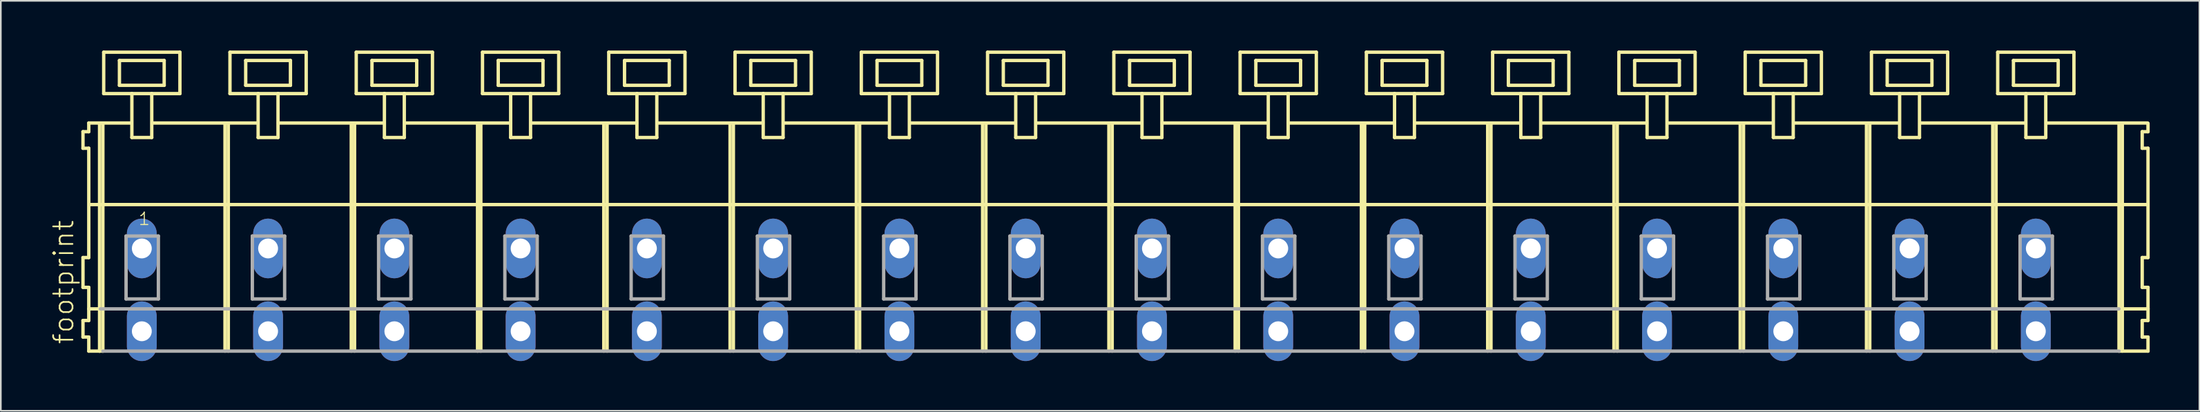
<source format=kicad_pcb>
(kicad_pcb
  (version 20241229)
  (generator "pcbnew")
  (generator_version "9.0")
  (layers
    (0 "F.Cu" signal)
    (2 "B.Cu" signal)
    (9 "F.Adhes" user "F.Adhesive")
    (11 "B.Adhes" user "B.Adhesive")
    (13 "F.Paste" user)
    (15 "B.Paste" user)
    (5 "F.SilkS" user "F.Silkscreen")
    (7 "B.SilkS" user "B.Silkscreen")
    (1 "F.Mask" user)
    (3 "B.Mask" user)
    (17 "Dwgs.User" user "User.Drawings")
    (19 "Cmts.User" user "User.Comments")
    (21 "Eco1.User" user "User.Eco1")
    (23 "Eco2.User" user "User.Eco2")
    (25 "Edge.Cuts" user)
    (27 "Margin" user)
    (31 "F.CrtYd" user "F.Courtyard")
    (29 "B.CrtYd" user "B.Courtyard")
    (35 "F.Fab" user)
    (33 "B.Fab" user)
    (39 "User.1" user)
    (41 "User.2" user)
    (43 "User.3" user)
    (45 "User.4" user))
  (footprint "footprint"
    (layer "F.Cu")
    (at 63.928 11.952)
    (property "Reference" "footprint" (at -62.455 5.855 90) (layer "F.SilkS") (effects (font (size 1.168 1.168) (thickness 0.102)) (justify left bottom)))
    (fp_line (start -61.97 -7.05) (end -61.97 -6.05) (stroke (width 0.203) (type solid)) (layer "F.SilkS"))
    (fp_line (start -61.97 -6.05) (end -61.62 -6.05) (stroke (width 0.203) (type solid)) (layer "F.SilkS"))
    (fp_line (start -61.97 0.55) (end -61.97 2.35) (stroke (width 0.203) (type solid)) (layer "F.SilkS"))
    (fp_line (start -61.97 2.35) (end -61.62 2.35) (stroke (width 0.203) (type solid)) (layer "F.SilkS"))
    (fp_line (start -61.97 4.35) (end -61.97 5.35) (stroke (width 0.203) (type solid)) (layer "F.SilkS"))
    (fp_line (start -61.97 5.35) (end -61.62 5.35) (stroke (width 0.203) (type solid)) (layer "F.SilkS"))
    (fp_line (start -61.62 -7.575) (end -61.62 -7.05) (stroke (width 0.203) (type solid)) (layer "F.SilkS"))
    (fp_line (start -61.62 -7.575) (end -59.045 -7.575) (stroke (width 0.203) (type solid)) (layer "F.SilkS"))
    (fp_line (start -61.62 -7.05) (end -61.97 -7.05) (stroke (width 0.203) (type solid)) (layer "F.SilkS"))
    (fp_line (start -61.62 -6.05) (end -61.62 0.55) (stroke (width 0.203) (type solid)) (layer "F.SilkS"))
    (fp_line (start -61.62 0.55) (end -61.97 0.55) (stroke (width 0.203) (type solid)) (layer "F.SilkS"))
    (fp_line (start -61.62 2.35) (end -61.62 4.35) (stroke (width 0.203) (type solid)) (layer "F.SilkS"))
    (fp_line (start -61.62 3.65) (end -60.92 3.65) (stroke (width 0.203) (type solid)) (layer "F.SilkS"))
    (fp_line (start -61.62 4.35) (end -61.97 4.35) (stroke (width 0.203) (type solid)) (layer "F.SilkS"))
    (fp_line (start -61.62 5.35) (end -61.62 6.2) (stroke (width 0.203) (type solid)) (layer "F.SilkS"))
    (fp_line (start -61.62 6.2) (end -60.97 6.2) (stroke (width 0.203) (type solid)) (layer "F.SilkS"))
    (fp_line (start -61.57 -2.65) (end 62.6 -2.65) (stroke (width 0.203) (type solid)) (layer "F.SilkS"))
    (fp_line (start -60.97 -7.55) (end -60.97 6.2) (stroke (width 0.203) (type solid)) (layer "F.SilkS"))
    (fp_line (start -60.97 6.2) (end -60.77 6.2) (stroke (width 0.203) (type solid)) (layer "F.SilkS"))
    (fp_line (start -60.77 -7.55) (end -60.77 6.2) (stroke (width 0.203) (type solid)) (layer "F.SilkS"))
    (fp_line (start -60.72 -11.85) (end -60.72 -9.35) (stroke (width 0.203) (type solid)) (layer "F.SilkS"))
    (fp_line (start -60.72 -9.35) (end -59.02 -9.35) (stroke (width 0.203) (type solid)) (layer "F.SilkS"))
    (fp_line (start -59.77 -11.35) (end -59.77 -9.85) (stroke (width 0.203) (type solid)) (layer "F.SilkS"))
    (fp_line (start -59.77 -9.85) (end -57.07 -9.85) (stroke (width 0.203) (type solid)) (layer "F.SilkS"))
    (fp_line (start -59.02 -9.35) (end -59.02 -6.7) (stroke (width 0.203) (type solid)) (layer "F.SilkS"))
    (fp_line (start -59.02 -9.35) (end -57.82 -9.35) (stroke (width 0.203) (type solid)) (layer "F.SilkS"))
    (fp_line (start -59.02 -6.7) (end -57.82 -6.7) (stroke (width 0.203) (type solid)) (layer "F.SilkS"))
    (fp_line (start -57.82 -9.35) (end -56.12 -9.35) (stroke (width 0.203) (type solid)) (layer "F.SilkS"))
    (fp_line (start -57.82 -6.7) (end -57.82 -9.35) (stroke (width 0.203) (type solid)) (layer "F.SilkS"))
    (fp_line (start -57.795 -7.575) (end -51.421 -7.575) (stroke (width 0.203) (type solid)) (layer "F.SilkS"))
    (fp_line (start -57.07 -11.35) (end -59.77 -11.35) (stroke (width 0.203) (type solid)) (layer "F.SilkS"))
    (fp_line (start -57.07 -9.85) (end -57.07 -11.35) (stroke (width 0.203) (type solid)) (layer "F.SilkS"))
    (fp_line (start -56.12 -11.85) (end -60.72 -11.85) (stroke (width 0.203) (type solid)) (layer "F.SilkS"))
    (fp_line (start -56.12 -9.35) (end -56.12 -11.85) (stroke (width 0.203) (type solid)) (layer "F.SilkS"))
    (fp_line (start -53.4 -7.55) (end -53.4 6.2) (stroke (width 0.203) (type solid)) (layer "F.SilkS"))
    (fp_line (start -53.2 -7.55) (end -53.2 6.2) (stroke (width 0.203) (type solid)) (layer "F.SilkS"))
    (fp_line (start -53.1 -11.85) (end -53.1 -9.35) (stroke (width 0.203) (type solid)) (layer "F.SilkS"))
    (fp_line (start -53.1 -9.35) (end -51.4 -9.35) (stroke (width 0.203) (type solid)) (layer "F.SilkS"))
    (fp_line (start -52.15 -11.35) (end -52.15 -9.85) (stroke (width 0.203) (type solid)) (layer "F.SilkS"))
    (fp_line (start -52.15 -9.85) (end -49.45 -9.85) (stroke (width 0.203) (type solid)) (layer "F.SilkS"))
    (fp_line (start -51.4 -9.35) (end -51.4 -6.7) (stroke (width 0.203) (type solid)) (layer "F.SilkS"))
    (fp_line (start -51.4 -9.35) (end -50.2 -9.35) (stroke (width 0.203) (type solid)) (layer "F.SilkS"))
    (fp_line (start -51.4 -6.7) (end -50.2 -6.7) (stroke (width 0.203) (type solid)) (layer "F.SilkS"))
    (fp_line (start -50.2 -9.35) (end -48.5 -9.35) (stroke (width 0.203) (type solid)) (layer "F.SilkS"))
    (fp_line (start -50.2 -6.7) (end -50.2 -9.35) (stroke (width 0.203) (type solid)) (layer "F.SilkS"))
    (fp_line (start -50.175 -7.575) (end -43.801 -7.575) (stroke (width 0.203) (type solid)) (layer "F.SilkS"))
    (fp_line (start -49.45 -11.35) (end -52.15 -11.35) (stroke (width 0.203) (type solid)) (layer "F.SilkS"))
    (fp_line (start -49.45 -9.85) (end -49.45 -11.35) (stroke (width 0.203) (type solid)) (layer "F.SilkS"))
    (fp_line (start -48.5 -11.85) (end -53.1 -11.85) (stroke (width 0.203) (type solid)) (layer "F.SilkS"))
    (fp_line (start -48.5 -9.35) (end -48.5 -11.85) (stroke (width 0.203) (type solid)) (layer "F.SilkS"))
    (fp_line (start -45.78 -7.55) (end -45.78 6.2) (stroke (width 0.203) (type solid)) (layer "F.SilkS"))
    (fp_line (start -45.58 -7.55) (end -45.58 6.2) (stroke (width 0.203) (type solid)) (layer "F.SilkS"))
    (fp_line (start -45.48 -11.85) (end -45.48 -9.35) (stroke (width 0.203) (type solid)) (layer "F.SilkS"))
    (fp_line (start -45.48 -9.35) (end -43.78 -9.35) (stroke (width 0.203) (type solid)) (layer "F.SilkS"))
    (fp_line (start -44.53 -11.35) (end -44.53 -9.85) (stroke (width 0.203) (type solid)) (layer "F.SilkS"))
    (fp_line (start -44.53 -9.85) (end -41.83 -9.85) (stroke (width 0.203) (type solid)) (layer "F.SilkS"))
    (fp_line (start -43.78 -9.35) (end -43.78 -6.7) (stroke (width 0.203) (type solid)) (layer "F.SilkS"))
    (fp_line (start -43.78 -9.35) (end -42.58 -9.35) (stroke (width 0.203) (type solid)) (layer "F.SilkS"))
    (fp_line (start -43.78 -6.7) (end -42.58 -6.7) (stroke (width 0.203) (type solid)) (layer "F.SilkS"))
    (fp_line (start -42.58 -9.35) (end -40.88 -9.35) (stroke (width 0.203) (type solid)) (layer "F.SilkS"))
    (fp_line (start -42.58 -6.7) (end -42.58 -9.35) (stroke (width 0.203) (type solid)) (layer "F.SilkS"))
    (fp_line (start -42.555 -7.575) (end -36.181 -7.575) (stroke (width 0.203) (type solid)) (layer "F.SilkS"))
    (fp_line (start -41.83 -11.35) (end -44.53 -11.35) (stroke (width 0.203) (type solid)) (layer "F.SilkS"))
    (fp_line (start -41.83 -9.85) (end -41.83 -11.35) (stroke (width 0.203) (type solid)) (layer "F.SilkS"))
    (fp_line (start -40.88 -11.85) (end -45.48 -11.85) (stroke (width 0.203) (type solid)) (layer "F.SilkS"))
    (fp_line (start -40.88 -9.35) (end -40.88 -11.85) (stroke (width 0.203) (type solid)) (layer "F.SilkS"))
    (fp_line (start -38.16 -7.55) (end -38.16 6.2) (stroke (width 0.203) (type solid)) (layer "F.SilkS"))
    (fp_line (start -37.96 -7.55) (end -37.96 6.2) (stroke (width 0.203) (type solid)) (layer "F.SilkS"))
    (fp_line (start -37.86 -11.85) (end -37.86 -9.35) (stroke (width 0.203) (type solid)) (layer "F.SilkS"))
    (fp_line (start -37.86 -9.35) (end -36.16 -9.35) (stroke (width 0.203) (type solid)) (layer "F.SilkS"))
    (fp_line (start -36.91 -11.35) (end -36.91 -9.85) (stroke (width 0.203) (type solid)) (layer "F.SilkS"))
    (fp_line (start -36.91 -9.85) (end -34.21 -9.85) (stroke (width 0.203) (type solid)) (layer "F.SilkS"))
    (fp_line (start -36.16 -9.35) (end -36.16 -6.7) (stroke (width 0.203) (type solid)) (layer "F.SilkS"))
    (fp_line (start -36.16 -9.35) (end -34.96 -9.35) (stroke (width 0.203) (type solid)) (layer "F.SilkS"))
    (fp_line (start -36.16 -6.7) (end -34.96 -6.7) (stroke (width 0.203) (type solid)) (layer "F.SilkS"))
    (fp_line (start -34.96 -9.35) (end -33.26 -9.35) (stroke (width 0.203) (type solid)) (layer "F.SilkS"))
    (fp_line (start -34.96 -6.7) (end -34.96 -9.35) (stroke (width 0.203) (type solid)) (layer "F.SilkS"))
    (fp_line (start -34.935 -7.575) (end -28.561 -7.575) (stroke (width 0.203) (type solid)) (layer "F.SilkS"))
    (fp_line (start -34.21 -11.35) (end -36.91 -11.35) (stroke (width 0.203) (type solid)) (layer "F.SilkS"))
    (fp_line (start -34.21 -9.85) (end -34.21 -11.35) (stroke (width 0.203) (type solid)) (layer "F.SilkS"))
    (fp_line (start -33.26 -11.85) (end -37.86 -11.85) (stroke (width 0.203) (type solid)) (layer "F.SilkS"))
    (fp_line (start -33.26 -9.35) (end -33.26 -11.85) (stroke (width 0.203) (type solid)) (layer "F.SilkS"))
    (fp_line (start -30.54 -7.55) (end -30.54 6.2) (stroke (width 0.203) (type solid)) (layer "F.SilkS"))
    (fp_line (start -30.34 -7.55) (end -30.34 6.2) (stroke (width 0.203) (type solid)) (layer "F.SilkS"))
    (fp_line (start -30.24 -11.85) (end -30.24 -9.35) (stroke (width 0.203) (type solid)) (layer "F.SilkS"))
    (fp_line (start -30.24 -9.35) (end -28.54 -9.35) (stroke (width 0.203) (type solid)) (layer "F.SilkS"))
    (fp_line (start -29.29 -11.35) (end -29.29 -9.85) (stroke (width 0.203) (type solid)) (layer "F.SilkS"))
    (fp_line (start -29.29 -9.85) (end -26.59 -9.85) (stroke (width 0.203) (type solid)) (layer "F.SilkS"))
    (fp_line (start -28.54 -9.35) (end -28.54 -6.7) (stroke (width 0.203) (type solid)) (layer "F.SilkS"))
    (fp_line (start -28.54 -9.35) (end -27.34 -9.35) (stroke (width 0.203) (type solid)) (layer "F.SilkS"))
    (fp_line (start -28.54 -6.7) (end -27.34 -6.7) (stroke (width 0.203) (type solid)) (layer "F.SilkS"))
    (fp_line (start -27.34 -9.35) (end -25.64 -9.35) (stroke (width 0.203) (type solid)) (layer "F.SilkS"))
    (fp_line (start -27.34 -6.7) (end -27.34 -9.35) (stroke (width 0.203) (type solid)) (layer "F.SilkS"))
    (fp_line (start -27.315 -7.575) (end -20.941 -7.575) (stroke (width 0.203) (type solid)) (layer "F.SilkS"))
    (fp_line (start -26.59 -11.35) (end -29.29 -11.35) (stroke (width 0.203) (type solid)) (layer "F.SilkS"))
    (fp_line (start -26.59 -9.85) (end -26.59 -11.35) (stroke (width 0.203) (type solid)) (layer "F.SilkS"))
    (fp_line (start -25.64 -11.85) (end -30.24 -11.85) (stroke (width 0.203) (type solid)) (layer "F.SilkS"))
    (fp_line (start -25.64 -9.35) (end -25.64 -11.85) (stroke (width 0.203) (type solid)) (layer "F.SilkS"))
    (fp_line (start -22.92 -7.55) (end -22.92 6.2) (stroke (width 0.203) (type solid)) (layer "F.SilkS"))
    (fp_line (start -22.72 -7.55) (end -22.72 6.2) (stroke (width 0.203) (type solid)) (layer "F.SilkS"))
    (fp_line (start -22.62 -11.85) (end -22.62 -9.35) (stroke (width 0.203) (type solid)) (layer "F.SilkS"))
    (fp_line (start -22.62 -9.35) (end -20.92 -9.35) (stroke (width 0.203) (type solid)) (layer "F.SilkS"))
    (fp_line (start -21.67 -11.35) (end -21.67 -9.85) (stroke (width 0.203) (type solid)) (layer "F.SilkS"))
    (fp_line (start -21.67 -9.85) (end -18.97 -9.85) (stroke (width 0.203) (type solid)) (layer "F.SilkS"))
    (fp_line (start -20.92 -9.35) (end -20.92 -6.7) (stroke (width 0.203) (type solid)) (layer "F.SilkS"))
    (fp_line (start -20.92 -9.35) (end -19.72 -9.35) (stroke (width 0.203) (type solid)) (layer "F.SilkS"))
    (fp_line (start -20.92 -6.7) (end -19.72 -6.7) (stroke (width 0.203) (type solid)) (layer "F.SilkS"))
    (fp_line (start -19.72 -9.35) (end -18.02 -9.35) (stroke (width 0.203) (type solid)) (layer "F.SilkS"))
    (fp_line (start -19.72 -6.7) (end -19.72 -9.35) (stroke (width 0.203) (type solid)) (layer "F.SilkS"))
    (fp_line (start -19.695 -7.575) (end -13.321 -7.575) (stroke (width 0.203) (type solid)) (layer "F.SilkS"))
    (fp_line (start -18.97 -11.35) (end -21.67 -11.35) (stroke (width 0.203) (type solid)) (layer "F.SilkS"))
    (fp_line (start -18.97 -9.85) (end -18.97 -11.35) (stroke (width 0.203) (type solid)) (layer "F.SilkS"))
    (fp_line (start -18.02 -11.85) (end -22.62 -11.85) (stroke (width 0.203) (type solid)) (layer "F.SilkS"))
    (fp_line (start -18.02 -9.35) (end -18.02 -11.85) (stroke (width 0.203) (type solid)) (layer "F.SilkS"))
    (fp_line (start -15.3 -7.55) (end -15.3 6.2) (stroke (width 0.203) (type solid)) (layer "F.SilkS"))
    (fp_line (start -15.1 -7.55) (end -15.1 6.2) (stroke (width 0.203) (type solid)) (layer "F.SilkS"))
    (fp_line (start -15 -11.85) (end -15 -9.35) (stroke (width 0.203) (type solid)) (layer "F.SilkS"))
    (fp_line (start -15 -9.35) (end -13.3 -9.35) (stroke (width 0.203) (type solid)) (layer "F.SilkS"))
    (fp_line (start -14.05 -11.35) (end -14.05 -9.85) (stroke (width 0.203) (type solid)) (layer "F.SilkS"))
    (fp_line (start -14.05 -9.85) (end -11.35 -9.85) (stroke (width 0.203) (type solid)) (layer "F.SilkS"))
    (fp_line (start -13.3 -9.35) (end -13.3 -6.7) (stroke (width 0.203) (type solid)) (layer "F.SilkS"))
    (fp_line (start -13.3 -9.35) (end -12.1 -9.35) (stroke (width 0.203) (type solid)) (layer "F.SilkS"))
    (fp_line (start -13.3 -6.7) (end -12.1 -6.7) (stroke (width 0.203) (type solid)) (layer "F.SilkS"))
    (fp_line (start -12.1 -9.35) (end -10.4 -9.35) (stroke (width 0.203) (type solid)) (layer "F.SilkS"))
    (fp_line (start -12.1 -6.7) (end -12.1 -9.35) (stroke (width 0.203) (type solid)) (layer "F.SilkS"))
    (fp_line (start -12.075 -7.575) (end -5.701 -7.575) (stroke (width 0.203) (type solid)) (layer "F.SilkS"))
    (fp_line (start -11.35 -11.35) (end -14.05 -11.35) (stroke (width 0.203) (type solid)) (layer "F.SilkS"))
    (fp_line (start -11.35 -9.85) (end -11.35 -11.35) (stroke (width 0.203) (type solid)) (layer "F.SilkS"))
    (fp_line (start -10.4 -11.85) (end -15 -11.85) (stroke (width 0.203) (type solid)) (layer "F.SilkS"))
    (fp_line (start -10.4 -9.35) (end -10.4 -11.85) (stroke (width 0.203) (type solid)) (layer "F.SilkS"))
    (fp_line (start -7.68 -7.55) (end -7.68 6.2) (stroke (width 0.203) (type solid)) (layer "F.SilkS"))
    (fp_line (start -7.48 -7.55) (end -7.48 6.2) (stroke (width 0.203) (type solid)) (layer "F.SilkS"))
    (fp_line (start -7.38 -11.85) (end -7.38 -9.35) (stroke (width 0.203) (type solid)) (layer "F.SilkS"))
    (fp_line (start -7.38 -9.35) (end -5.68 -9.35) (stroke (width 0.203) (type solid)) (layer "F.SilkS"))
    (fp_line (start -6.43 -11.35) (end -6.43 -9.85) (stroke (width 0.203) (type solid)) (layer "F.SilkS"))
    (fp_line (start -6.43 -9.85) (end -3.73 -9.85) (stroke (width 0.203) (type solid)) (layer "F.SilkS"))
    (fp_line (start -5.68 -9.35) (end -5.68 -6.7) (stroke (width 0.203) (type solid)) (layer "F.SilkS"))
    (fp_line (start -5.68 -9.35) (end -4.48 -9.35) (stroke (width 0.203) (type solid)) (layer "F.SilkS"))
    (fp_line (start -5.68 -6.7) (end -4.48 -6.7) (stroke (width 0.203) (type solid)) (layer "F.SilkS"))
    (fp_line (start -4.48 -9.35) (end -2.78 -9.35) (stroke (width 0.203) (type solid)) (layer "F.SilkS"))
    (fp_line (start -4.48 -6.7) (end -4.48 -9.35) (stroke (width 0.203) (type solid)) (layer "F.SilkS"))
    (fp_line (start -4.455 -7.575) (end 1.919 -7.575) (stroke (width 0.203) (type solid)) (layer "F.SilkS"))
    (fp_line (start -3.73 -11.35) (end -6.43 -11.35) (stroke (width 0.203) (type solid)) (layer "F.SilkS"))
    (fp_line (start -3.73 -9.85) (end -3.73 -11.35) (stroke (width 0.203) (type solid)) (layer "F.SilkS"))
    (fp_line (start -2.78 -11.85) (end -7.38 -11.85) (stroke (width 0.203) (type solid)) (layer "F.SilkS"))
    (fp_line (start -2.78 -9.35) (end -2.78 -11.85) (stroke (width 0.203) (type solid)) (layer "F.SilkS"))
    (fp_line (start -0.06 -7.55) (end -0.06 6.2) (stroke (width 0.203) (type solid)) (layer "F.SilkS"))
    (fp_line (start 0.14 -7.55) (end 0.14 6.2) (stroke (width 0.203) (type solid)) (layer "F.SilkS"))
    (fp_line (start 0.24 -11.85) (end 0.24 -9.35) (stroke (width 0.203) (type solid)) (layer "F.SilkS"))
    (fp_line (start 0.24 -9.35) (end 1.94 -9.35) (stroke (width 0.203) (type solid)) (layer "F.SilkS"))
    (fp_line (start 1.19 -11.35) (end 1.19 -9.85) (stroke (width 0.203) (type solid)) (layer "F.SilkS"))
    (fp_line (start 1.19 -9.85) (end 3.89 -9.85) (stroke (width 0.203) (type solid)) (layer "F.SilkS"))
    (fp_line (start 1.94 -9.35) (end 1.94 -6.7) (stroke (width 0.203) (type solid)) (layer "F.SilkS"))
    (fp_line (start 1.94 -9.35) (end 3.14 -9.35) (stroke (width 0.203) (type solid)) (layer "F.SilkS"))
    (fp_line (start 1.94 -6.7) (end 3.14 -6.7) (stroke (width 0.203) (type solid)) (layer "F.SilkS"))
    (fp_line (start 3.14 -9.35) (end 4.84 -9.35) (stroke (width 0.203) (type solid)) (layer "F.SilkS"))
    (fp_line (start 3.14 -6.7) (end 3.14 -9.35) (stroke (width 0.203) (type solid)) (layer "F.SilkS"))
    (fp_line (start 3.165 -7.575) (end 9.539 -7.575) (stroke (width 0.203) (type solid)) (layer "F.SilkS"))
    (fp_line (start 3.89 -11.35) (end 1.19 -11.35) (stroke (width 0.203) (type solid)) (layer "F.SilkS"))
    (fp_line (start 3.89 -9.85) (end 3.89 -11.35) (stroke (width 0.203) (type solid)) (layer "F.SilkS"))
    (fp_line (start 4.84 -11.85) (end 0.24 -11.85) (stroke (width 0.203) (type solid)) (layer "F.SilkS"))
    (fp_line (start 4.84 -9.35) (end 4.84 -11.85) (stroke (width 0.203) (type solid)) (layer "F.SilkS"))
    (fp_line (start 7.56 -7.55) (end 7.56 6.2) (stroke (width 0.203) (type solid)) (layer "F.SilkS"))
    (fp_line (start 7.76 -7.55) (end 7.76 6.2) (stroke (width 0.203) (type solid)) (layer "F.SilkS"))
    (fp_line (start 7.86 -11.85) (end 7.86 -9.35) (stroke (width 0.203) (type solid)) (layer "F.SilkS"))
    (fp_line (start 7.86 -9.35) (end 9.56 -9.35) (stroke (width 0.203) (type solid)) (layer "F.SilkS"))
    (fp_line (start 8.81 -11.35) (end 8.81 -9.85) (stroke (width 0.203) (type solid)) (layer "F.SilkS"))
    (fp_line (start 8.81 -9.85) (end 11.51 -9.85) (stroke (width 0.203) (type solid)) (layer "F.SilkS"))
    (fp_line (start 9.56 -9.35) (end 9.56 -6.7) (stroke (width 0.203) (type solid)) (layer "F.SilkS"))
    (fp_line (start 9.56 -9.35) (end 10.76 -9.35) (stroke (width 0.203) (type solid)) (layer "F.SilkS"))
    (fp_line (start 9.56 -6.7) (end 10.76 -6.7) (stroke (width 0.203) (type solid)) (layer "F.SilkS"))
    (fp_line (start 10.76 -9.35) (end 12.46 -9.35) (stroke (width 0.203) (type solid)) (layer "F.SilkS"))
    (fp_line (start 10.76 -6.7) (end 10.76 -9.35) (stroke (width 0.203) (type solid)) (layer "F.SilkS"))
    (fp_line (start 10.785 -7.575) (end 17.159 -7.575) (stroke (width 0.203) (type solid)) (layer "F.SilkS"))
    (fp_line (start 11.51 -11.35) (end 8.81 -11.35) (stroke (width 0.203) (type solid)) (layer "F.SilkS"))
    (fp_line (start 11.51 -9.85) (end 11.51 -11.35) (stroke (width 0.203) (type solid)) (layer "F.SilkS"))
    (fp_line (start 12.46 -11.85) (end 7.86 -11.85) (stroke (width 0.203) (type solid)) (layer "F.SilkS"))
    (fp_line (start 12.46 -9.35) (end 12.46 -11.85) (stroke (width 0.203) (type solid)) (layer "F.SilkS"))
    (fp_line (start 15.18 -7.55) (end 15.18 6.2) (stroke (width 0.203) (type solid)) (layer "F.SilkS"))
    (fp_line (start 15.38 -7.55) (end 15.38 6.2) (stroke (width 0.203) (type solid)) (layer "F.SilkS"))
    (fp_line (start 15.48 -11.85) (end 15.48 -9.35) (stroke (width 0.203) (type solid)) (layer "F.SilkS"))
    (fp_line (start 15.48 -9.35) (end 17.18 -9.35) (stroke (width 0.203) (type solid)) (layer "F.SilkS"))
    (fp_line (start 16.43 -11.35) (end 16.43 -9.85) (stroke (width 0.203) (type solid)) (layer "F.SilkS"))
    (fp_line (start 16.43 -9.85) (end 19.13 -9.85) (stroke (width 0.203) (type solid)) (layer "F.SilkS"))
    (fp_line (start 17.18 -9.35) (end 17.18 -6.7) (stroke (width 0.203) (type solid)) (layer "F.SilkS"))
    (fp_line (start 17.18 -9.35) (end 18.38 -9.35) (stroke (width 0.203) (type solid)) (layer "F.SilkS"))
    (fp_line (start 17.18 -6.7) (end 18.38 -6.7) (stroke (width 0.203) (type solid)) (layer "F.SilkS"))
    (fp_line (start 18.38 -9.35) (end 20.08 -9.35) (stroke (width 0.203) (type solid)) (layer "F.SilkS"))
    (fp_line (start 18.38 -6.7) (end 18.38 -9.35) (stroke (width 0.203) (type solid)) (layer "F.SilkS"))
    (fp_line (start 18.405 -7.575) (end 24.779 -7.575) (stroke (width 0.203) (type solid)) (layer "F.SilkS"))
    (fp_line (start 19.13 -11.35) (end 16.43 -11.35) (stroke (width 0.203) (type solid)) (layer "F.SilkS"))
    (fp_line (start 19.13 -9.85) (end 19.13 -11.35) (stroke (width 0.203) (type solid)) (layer "F.SilkS"))
    (fp_line (start 20.08 -11.85) (end 15.48 -11.85) (stroke (width 0.203) (type solid)) (layer "F.SilkS"))
    (fp_line (start 20.08 -9.35) (end 20.08 -11.85) (stroke (width 0.203) (type solid)) (layer "F.SilkS"))
    (fp_line (start 22.8 -7.55) (end 22.8 6.2) (stroke (width 0.203) (type solid)) (layer "F.SilkS"))
    (fp_line (start 23 -7.55) (end 23 6.2) (stroke (width 0.203) (type solid)) (layer "F.SilkS"))
    (fp_line (start 23.1 -11.85) (end 23.1 -9.35) (stroke (width 0.203) (type solid)) (layer "F.SilkS"))
    (fp_line (start 23.1 -9.35) (end 24.8 -9.35) (stroke (width 0.203) (type solid)) (layer "F.SilkS"))
    (fp_line (start 24.05 -11.35) (end 24.05 -9.85) (stroke (width 0.203) (type solid)) (layer "F.SilkS"))
    (fp_line (start 24.05 -9.85) (end 26.75 -9.85) (stroke (width 0.203) (type solid)) (layer "F.SilkS"))
    (fp_line (start 24.8 -9.35) (end 24.8 -6.7) (stroke (width 0.203) (type solid)) (layer "F.SilkS"))
    (fp_line (start 24.8 -9.35) (end 26 -9.35) (stroke (width 0.203) (type solid)) (layer "F.SilkS"))
    (fp_line (start 24.8 -6.7) (end 26 -6.7) (stroke (width 0.203) (type solid)) (layer "F.SilkS"))
    (fp_line (start 26 -9.35) (end 27.7 -9.35) (stroke (width 0.203) (type solid)) (layer "F.SilkS"))
    (fp_line (start 26 -6.7) (end 26 -9.35) (stroke (width 0.203) (type solid)) (layer "F.SilkS"))
    (fp_line (start 26.025 -7.575) (end 32.399 -7.575) (stroke (width 0.203) (type solid)) (layer "F.SilkS"))
    (fp_line (start 26.75 -11.35) (end 24.05 -11.35) (stroke (width 0.203) (type solid)) (layer "F.SilkS"))
    (fp_line (start 26.75 -9.85) (end 26.75 -11.35) (stroke (width 0.203) (type solid)) (layer "F.SilkS"))
    (fp_line (start 27.7 -11.85) (end 23.1 -11.85) (stroke (width 0.203) (type solid)) (layer "F.SilkS"))
    (fp_line (start 27.7 -9.35) (end 27.7 -11.85) (stroke (width 0.203) (type solid)) (layer "F.SilkS"))
    (fp_line (start 30.42 -7.55) (end 30.42 6.2) (stroke (width 0.203) (type solid)) (layer "F.SilkS"))
    (fp_line (start 30.62 -7.55) (end 30.62 6.2) (stroke (width 0.203) (type solid)) (layer "F.SilkS"))
    (fp_line (start 30.72 -11.85) (end 30.72 -9.35) (stroke (width 0.203) (type solid)) (layer "F.SilkS"))
    (fp_line (start 30.72 -9.35) (end 32.42 -9.35) (stroke (width 0.203) (type solid)) (layer "F.SilkS"))
    (fp_line (start 31.67 -11.35) (end 31.67 -9.85) (stroke (width 0.203) (type solid)) (layer "F.SilkS"))
    (fp_line (start 31.67 -9.85) (end 34.37 -9.85) (stroke (width 0.203) (type solid)) (layer "F.SilkS"))
    (fp_line (start 32.42 -9.35) (end 32.42 -6.7) (stroke (width 0.203) (type solid)) (layer "F.SilkS"))
    (fp_line (start 32.42 -9.35) (end 33.62 -9.35) (stroke (width 0.203) (type solid)) (layer "F.SilkS"))
    (fp_line (start 32.42 -6.7) (end 33.62 -6.7) (stroke (width 0.203) (type solid)) (layer "F.SilkS"))
    (fp_line (start 33.62 -9.35) (end 35.32 -9.35) (stroke (width 0.203) (type solid)) (layer "F.SilkS"))
    (fp_line (start 33.62 -6.7) (end 33.62 -9.35) (stroke (width 0.203) (type solid)) (layer "F.SilkS"))
    (fp_line (start 33.645 -7.575) (end 40.019 -7.575) (stroke (width 0.203) (type solid)) (layer "F.SilkS"))
    (fp_line (start 34.37 -11.35) (end 31.67 -11.35) (stroke (width 0.203) (type solid)) (layer "F.SilkS"))
    (fp_line (start 34.37 -9.85) (end 34.37 -11.35) (stroke (width 0.203) (type solid)) (layer "F.SilkS"))
    (fp_line (start 35.32 -11.85) (end 30.72 -11.85) (stroke (width 0.203) (type solid)) (layer "F.SilkS"))
    (fp_line (start 35.32 -9.35) (end 35.32 -11.85) (stroke (width 0.203) (type solid)) (layer "F.SilkS"))
    (fp_line (start 38.04 -7.55) (end 38.04 6.2) (stroke (width 0.203) (type solid)) (layer "F.SilkS"))
    (fp_line (start 38.24 -7.55) (end 38.24 6.2) (stroke (width 0.203) (type solid)) (layer "F.SilkS"))
    (fp_line (start 38.34 -11.85) (end 38.34 -9.35) (stroke (width 0.203) (type solid)) (layer "F.SilkS"))
    (fp_line (start 38.34 -9.35) (end 40.04 -9.35) (stroke (width 0.203) (type solid)) (layer "F.SilkS"))
    (fp_line (start 39.29 -11.35) (end 39.29 -9.85) (stroke (width 0.203) (type solid)) (layer "F.SilkS"))
    (fp_line (start 39.29 -9.85) (end 41.99 -9.85) (stroke (width 0.203) (type solid)) (layer "F.SilkS"))
    (fp_line (start 40.04 -9.35) (end 40.04 -6.7) (stroke (width 0.203) (type solid)) (layer "F.SilkS"))
    (fp_line (start 40.04 -9.35) (end 41.24 -9.35) (stroke (width 0.203) (type solid)) (layer "F.SilkS"))
    (fp_line (start 40.04 -6.7) (end 41.24 -6.7) (stroke (width 0.203) (type solid)) (layer "F.SilkS"))
    (fp_line (start 41.24 -9.35) (end 42.94 -9.35) (stroke (width 0.203) (type solid)) (layer "F.SilkS"))
    (fp_line (start 41.24 -6.7) (end 41.24 -9.35) (stroke (width 0.203) (type solid)) (layer "F.SilkS"))
    (fp_line (start 41.265 -7.575) (end 47.639 -7.575) (stroke (width 0.203) (type solid)) (layer "F.SilkS"))
    (fp_line (start 41.99 -11.35) (end 39.29 -11.35) (stroke (width 0.203) (type solid)) (layer "F.SilkS"))
    (fp_line (start 41.99 -9.85) (end 41.99 -11.35) (stroke (width 0.203) (type solid)) (layer "F.SilkS"))
    (fp_line (start 42.94 -11.85) (end 38.34 -11.85) (stroke (width 0.203) (type solid)) (layer "F.SilkS"))
    (fp_line (start 42.94 -9.35) (end 42.94 -11.85) (stroke (width 0.203) (type solid)) (layer "F.SilkS"))
    (fp_line (start 45.66 -7.55) (end 45.66 6.2) (stroke (width 0.203) (type solid)) (layer "F.SilkS"))
    (fp_line (start 45.86 -7.55) (end 45.86 6.2) (stroke (width 0.203) (type solid)) (layer "F.SilkS"))
    (fp_line (start 45.96 -11.85) (end 45.96 -9.35) (stroke (width 0.203) (type solid)) (layer "F.SilkS"))
    (fp_line (start 45.96 -9.35) (end 47.66 -9.35) (stroke (width 0.203) (type solid)) (layer "F.SilkS"))
    (fp_line (start 46.91 -11.35) (end 46.91 -9.85) (stroke (width 0.203) (type solid)) (layer "F.SilkS"))
    (fp_line (start 46.91 -9.85) (end 49.61 -9.85) (stroke (width 0.203) (type solid)) (layer "F.SilkS"))
    (fp_line (start 47.66 -9.35) (end 47.66 -6.7) (stroke (width 0.203) (type solid)) (layer "F.SilkS"))
    (fp_line (start 47.66 -9.35) (end 48.86 -9.35) (stroke (width 0.203) (type solid)) (layer "F.SilkS"))
    (fp_line (start 47.66 -6.7) (end 48.86 -6.7) (stroke (width 0.203) (type solid)) (layer "F.SilkS"))
    (fp_line (start 48.86 -9.35) (end 50.56 -9.35) (stroke (width 0.203) (type solid)) (layer "F.SilkS"))
    (fp_line (start 48.86 -6.7) (end 48.86 -9.35) (stroke (width 0.203) (type solid)) (layer "F.SilkS"))
    (fp_line (start 48.885 -7.575) (end 55.259 -7.575) (stroke (width 0.203) (type solid)) (layer "F.SilkS"))
    (fp_line (start 49.61 -11.35) (end 46.91 -11.35) (stroke (width 0.203) (type solid)) (layer "F.SilkS"))
    (fp_line (start 49.61 -9.85) (end 49.61 -11.35) (stroke (width 0.203) (type solid)) (layer "F.SilkS"))
    (fp_line (start 50.56 -11.85) (end 45.96 -11.85) (stroke (width 0.203) (type solid)) (layer "F.SilkS"))
    (fp_line (start 50.56 -9.35) (end 50.56 -11.85) (stroke (width 0.203) (type solid)) (layer "F.SilkS"))
    (fp_line (start 53.28 -7.55) (end 53.28 6.2) (stroke (width 0.203) (type solid)) (layer "F.SilkS"))
    (fp_line (start 53.48 -7.55) (end 53.48 6.2) (stroke (width 0.203) (type solid)) (layer "F.SilkS"))
    (fp_line (start 53.58 -11.85) (end 53.58 -9.35) (stroke (width 0.203) (type solid)) (layer "F.SilkS"))
    (fp_line (start 53.58 -9.35) (end 55.28 -9.35) (stroke (width 0.203) (type solid)) (layer "F.SilkS"))
    (fp_line (start 54.53 -11.35) (end 54.53 -9.85) (stroke (width 0.203) (type solid)) (layer "F.SilkS"))
    (fp_line (start 54.53 -9.85) (end 57.23 -9.85) (stroke (width 0.203) (type solid)) (layer "F.SilkS"))
    (fp_line (start 55.28 -9.35) (end 55.28 -6.7) (stroke (width 0.203) (type solid)) (layer "F.SilkS"))
    (fp_line (start 55.28 -9.35) (end 56.48 -9.35) (stroke (width 0.203) (type solid)) (layer "F.SilkS"))
    (fp_line (start 55.28 -6.7) (end 56.48 -6.7) (stroke (width 0.203) (type solid)) (layer "F.SilkS"))
    (fp_line (start 56.48 -9.35) (end 58.18 -9.35) (stroke (width 0.203) (type solid)) (layer "F.SilkS"))
    (fp_line (start 56.48 -6.7) (end 56.48 -9.35) (stroke (width 0.203) (type solid)) (layer "F.SilkS"))
    (fp_line (start 56.505 -7.575) (end 62.625 -7.575) (stroke (width 0.203) (type solid)) (layer "F.SilkS"))
    (fp_line (start 57.23 -11.35) (end 54.53 -11.35) (stroke (width 0.203) (type solid)) (layer "F.SilkS"))
    (fp_line (start 57.23 -9.85) (end 57.23 -11.35) (stroke (width 0.203) (type solid)) (layer "F.SilkS"))
    (fp_line (start 58.18 -11.85) (end 53.58 -11.85) (stroke (width 0.203) (type solid)) (layer "F.SilkS"))
    (fp_line (start 58.18 -9.35) (end 58.18 -11.85) (stroke (width 0.203) (type solid)) (layer "F.SilkS"))
    (fp_line (start 60.9 -7.55) (end 60.9 6.2) (stroke (width 0.203) (type solid)) (layer "F.SilkS"))
    (fp_line (start 60.9 6.2) (end 62.65 6.2) (stroke (width 0.203) (type solid)) (layer "F.SilkS"))
    (fp_line (start 60.95 3.65) (end 62.65 3.65) (stroke (width 0.203) (type solid)) (layer "F.SilkS"))
    (fp_line (start 61.1 -7.55) (end 61.1 6.2) (stroke (width 0.203) (type solid)) (layer "F.SilkS"))
    (fp_line (start 62.3 -7.05) (end 62.3 -6.05) (stroke (width 0.203) (type solid)) (layer "F.SilkS"))
    (fp_line (start 62.3 -6.05) (end 62.65 -6.05) (stroke (width 0.203) (type solid)) (layer "F.SilkS"))
    (fp_line (start 62.3 0.55) (end 62.3 2.35) (stroke (width 0.203) (type solid)) (layer "F.SilkS"))
    (fp_line (start 62.3 2.35) (end 62.65 2.35) (stroke (width 0.203) (type solid)) (layer "F.SilkS"))
    (fp_line (start 62.3 4.35) (end 62.3 5.35) (stroke (width 0.203) (type solid)) (layer "F.SilkS"))
    (fp_line (start 62.3 5.35) (end 62.65 5.35) (stroke (width 0.203) (type solid)) (layer "F.SilkS"))
    (fp_line (start 62.65 -7.05) (end 62.3 -7.05) (stroke (width 0.203) (type solid)) (layer "F.SilkS"))
    (fp_line (start 62.65 -7.05) (end 62.65 -7.55) (stroke (width 0.203) (type solid)) (layer "F.SilkS"))
    (fp_line (start 62.65 0.55) (end 62.3 0.55) (stroke (width 0.203) (type solid)) (layer "F.SilkS"))
    (fp_line (start 62.65 0.55) (end 62.65 -6.05) (stroke (width 0.203) (type solid)) (layer "F.SilkS"))
    (fp_line (start 62.65 3.65) (end 62.65 2.35) (stroke (width 0.203) (type solid)) (layer "F.SilkS"))
    (fp_line (start 62.65 4.35) (end 62.3 4.35) (stroke (width 0.203) (type solid)) (layer "F.SilkS"))
    (fp_line (start 62.65 4.35) (end 62.65 3.65) (stroke (width 0.203) (type solid)) (layer "F.SilkS"))
    (fp_line (start 62.65 6.2) (end 62.65 5.35) (stroke (width 0.203) (type solid)) (layer "F.SilkS"))
    (fp_line (start -60.92 3.65) (end 60.9 3.65) (stroke (width 0.203) (type solid)) (layer "F.Fab"))
    (fp_line (start -60.77 6.2) (end 60.9 6.2) (stroke (width 0.203) (type solid)) (layer "F.Fab"))
    (fp_line (start -59.37 -0.75) (end -59.37 3.05) (stroke (width 0.203) (type solid)) (layer "F.Fab"))
    (fp_line (start -59.37 3.05) (end -57.42 3.05) (stroke (width 0.203) (type solid)) (layer "F.Fab"))
    (fp_line (start -57.42 -0.75) (end -59.37 -0.75) (stroke (width 0.203) (type solid)) (layer "F.Fab"))
    (fp_line (start -57.42 3.05) (end -57.42 -0.75) (stroke (width 0.203) (type solid)) (layer "F.Fab"))
    (fp_line (start -51.75 -0.75) (end -51.75 3.05) (stroke (width 0.203) (type solid)) (layer "F.Fab"))
    (fp_line (start -51.75 3.05) (end -49.8 3.05) (stroke (width 0.203) (type solid)) (layer "F.Fab"))
    (fp_line (start -49.8 -0.75) (end -51.75 -0.75) (stroke (width 0.203) (type solid)) (layer "F.Fab"))
    (fp_line (start -49.8 3.05) (end -49.8 -0.75) (stroke (width 0.203) (type solid)) (layer "F.Fab"))
    (fp_line (start -44.13 -0.75) (end -44.13 3.05) (stroke (width 0.203) (type solid)) (layer "F.Fab"))
    (fp_line (start -44.13 3.05) (end -42.18 3.05) (stroke (width 0.203) (type solid)) (layer "F.Fab"))
    (fp_line (start -42.18 -0.75) (end -44.13 -0.75) (stroke (width 0.203) (type solid)) (layer "F.Fab"))
    (fp_line (start -42.18 3.05) (end -42.18 -0.75) (stroke (width 0.203) (type solid)) (layer "F.Fab"))
    (fp_line (start -36.51 -0.75) (end -36.51 3.05) (stroke (width 0.203) (type solid)) (layer "F.Fab"))
    (fp_line (start -36.51 3.05) (end -34.56 3.05) (stroke (width 0.203) (type solid)) (layer "F.Fab"))
    (fp_line (start -34.56 -0.75) (end -36.51 -0.75) (stroke (width 0.203) (type solid)) (layer "F.Fab"))
    (fp_line (start -34.56 3.05) (end -34.56 -0.75) (stroke (width 0.203) (type solid)) (layer "F.Fab"))
    (fp_line (start -28.89 -0.75) (end -28.89 3.05) (stroke (width 0.203) (type solid)) (layer "F.Fab"))
    (fp_line (start -28.89 3.05) (end -26.94 3.05) (stroke (width 0.203) (type solid)) (layer "F.Fab"))
    (fp_line (start -26.94 -0.75) (end -28.89 -0.75) (stroke (width 0.203) (type solid)) (layer "F.Fab"))
    (fp_line (start -26.94 3.05) (end -26.94 -0.75) (stroke (width 0.203) (type solid)) (layer "F.Fab"))
    (fp_line (start -21.27 -0.75) (end -21.27 3.05) (stroke (width 0.203) (type solid)) (layer "F.Fab"))
    (fp_line (start -21.27 3.05) (end -19.32 3.05) (stroke (width 0.203) (type solid)) (layer "F.Fab"))
    (fp_line (start -19.32 -0.75) (end -21.27 -0.75) (stroke (width 0.203) (type solid)) (layer "F.Fab"))
    (fp_line (start -19.32 3.05) (end -19.32 -0.75) (stroke (width 0.203) (type solid)) (layer "F.Fab"))
    (fp_line (start -13.65 -0.75) (end -13.65 3.05) (stroke (width 0.203) (type solid)) (layer "F.Fab"))
    (fp_line (start -13.65 3.05) (end -11.7 3.05) (stroke (width 0.203) (type solid)) (layer "F.Fab"))
    (fp_line (start -11.7 -0.75) (end -13.65 -0.75) (stroke (width 0.203) (type solid)) (layer "F.Fab"))
    (fp_line (start -11.7 3.05) (end -11.7 -0.75) (stroke (width 0.203) (type solid)) (layer "F.Fab"))
    (fp_line (start -6.03 -0.75) (end -6.03 3.05) (stroke (width 0.203) (type solid)) (layer "F.Fab"))
    (fp_line (start -6.03 3.05) (end -4.08 3.05) (stroke (width 0.203) (type solid)) (layer "F.Fab"))
    (fp_line (start -4.08 -0.75) (end -6.03 -0.75) (stroke (width 0.203) (type solid)) (layer "F.Fab"))
    (fp_line (start -4.08 3.05) (end -4.08 -0.75) (stroke (width 0.203) (type solid)) (layer "F.Fab"))
    (fp_line (start 1.59 -0.75) (end 1.59 3.05) (stroke (width 0.203) (type solid)) (layer "F.Fab"))
    (fp_line (start 1.59 3.05) (end 3.54 3.05) (stroke (width 0.203) (type solid)) (layer "F.Fab"))
    (fp_line (start 3.54 -0.75) (end 1.59 -0.75) (stroke (width 0.203) (type solid)) (layer "F.Fab"))
    (fp_line (start 3.54 3.05) (end 3.54 -0.75) (stroke (width 0.203) (type solid)) (layer "F.Fab"))
    (fp_line (start 9.21 -0.75) (end 9.21 3.05) (stroke (width 0.203) (type solid)) (layer "F.Fab"))
    (fp_line (start 9.21 3.05) (end 11.16 3.05) (stroke (width 0.203) (type solid)) (layer "F.Fab"))
    (fp_line (start 11.16 -0.75) (end 9.21 -0.75) (stroke (width 0.203) (type solid)) (layer "F.Fab"))
    (fp_line (start 11.16 3.05) (end 11.16 -0.75) (stroke (width 0.203) (type solid)) (layer "F.Fab"))
    (fp_line (start 16.83 -0.75) (end 16.83 3.05) (stroke (width 0.203) (type solid)) (layer "F.Fab"))
    (fp_line (start 16.83 3.05) (end 18.78 3.05) (stroke (width 0.203) (type solid)) (layer "F.Fab"))
    (fp_line (start 18.78 -0.75) (end 16.83 -0.75) (stroke (width 0.203) (type solid)) (layer "F.Fab"))
    (fp_line (start 18.78 3.05) (end 18.78 -0.75) (stroke (width 0.203) (type solid)) (layer "F.Fab"))
    (fp_line (start 24.45 -0.75) (end 24.45 3.05) (stroke (width 0.203) (type solid)) (layer "F.Fab"))
    (fp_line (start 24.45 3.05) (end 26.4 3.05) (stroke (width 0.203) (type solid)) (layer "F.Fab"))
    (fp_line (start 26.4 -0.75) (end 24.45 -0.75) (stroke (width 0.203) (type solid)) (layer "F.Fab"))
    (fp_line (start 26.4 3.05) (end 26.4 -0.75) (stroke (width 0.203) (type solid)) (layer "F.Fab"))
    (fp_line (start 32.07 -0.75) (end 32.07 3.05) (stroke (width 0.203) (type solid)) (layer "F.Fab"))
    (fp_line (start 32.07 3.05) (end 34.02 3.05) (stroke (width 0.203) (type solid)) (layer "F.Fab"))
    (fp_line (start 34.02 -0.75) (end 32.07 -0.75) (stroke (width 0.203) (type solid)) (layer "F.Fab"))
    (fp_line (start 34.02 3.05) (end 34.02 -0.75) (stroke (width 0.203) (type solid)) (layer "F.Fab"))
    (fp_line (start 39.69 -0.75) (end 39.69 3.05) (stroke (width 0.203) (type solid)) (layer "F.Fab"))
    (fp_line (start 39.69 3.05) (end 41.64 3.05) (stroke (width 0.203) (type solid)) (layer "F.Fab"))
    (fp_line (start 41.64 -0.75) (end 39.69 -0.75) (stroke (width 0.203) (type solid)) (layer "F.Fab"))
    (fp_line (start 41.64 3.05) (end 41.64 -0.75) (stroke (width 0.203) (type solid)) (layer "F.Fab"))
    (fp_line (start 47.31 -0.75) (end 47.31 3.05) (stroke (width 0.203) (type solid)) (layer "F.Fab"))
    (fp_line (start 47.31 3.05) (end 49.26 3.05) (stroke (width 0.203) (type solid)) (layer "F.Fab"))
    (fp_line (start 49.26 -0.75) (end 47.31 -0.75) (stroke (width 0.203) (type solid)) (layer "F.Fab"))
    (fp_line (start 49.26 3.05) (end 49.26 -0.75) (stroke (width 0.203) (type solid)) (layer "F.Fab"))
    (fp_line (start 54.93 -0.75) (end 54.93 3.05) (stroke (width 0.203) (type solid)) (layer "F.Fab"))
    (fp_line (start 54.93 3.05) (end 56.88 3.05) (stroke (width 0.203) (type solid)) (layer "F.Fab"))
    (fp_line (start 56.88 -0.75) (end 54.93 -0.75) (stroke (width 0.203) (type solid)) (layer "F.Fab"))
    (fp_line (start 56.88 3.05) (end 56.88 -0.75) (stroke (width 0.203) (type solid)) (layer "F.Fab"))
    (fp_text user "1" (at -58.67 -1.35 0) (layer "F.SilkS") (effects (font (size 0.748 0.748) (thickness 0.065)) (justify left bottom)))
    (pad "A1" thru_hole oval (at -58.42 0 90) (size 3.6 1.8) (drill 1.2) (layers "*.Cu" "*.Mask"))
    (pad "A2" thru_hole oval (at -50.8 0 90) (size 3.6 1.8) (drill 1.2) (layers "*.Cu" "*.Mask"))
    (pad "A3" thru_hole oval (at -43.18 0 90) (size 3.6 1.8) (drill 1.2) (layers "*.Cu" "*.Mask"))
    (pad "A4" thru_hole oval (at -35.56 0 90) (size 3.6 1.8) (drill 1.2) (layers "*.Cu" "*.Mask"))
    (pad "A5" thru_hole oval (at -27.94 0 90) (size 3.6 1.8) (drill 1.2) (layers "*.Cu" "*.Mask"))
    (pad "A6" thru_hole oval (at -20.32 0 90) (size 3.6 1.8) (drill 1.2) (layers "*.Cu" "*.Mask"))
    (pad "A7" thru_hole oval (at -12.7 0 90) (size 3.6 1.8) (drill 1.2) (layers "*.Cu" "*.Mask"))
    (pad "A8" thru_hole oval (at -5.08 0 90) (size 3.6 1.8) (drill 1.2) (layers "*.Cu" "*.Mask"))
    (pad "A9" thru_hole oval (at 2.54 0 90) (size 3.6 1.8) (drill 1.2) (layers "*.Cu" "*.Mask"))
    (pad "A10" thru_hole oval (at 10.16 0 90) (size 3.6 1.8) (drill 1.2) (layers "*.Cu" "*.Mask"))
    (pad "A11" thru_hole oval (at 17.78 0 90) (size 3.6 1.8) (drill 1.2) (layers "*.Cu" "*.Mask"))
    (pad "A12" thru_hole oval (at 25.4 0 90) (size 3.6 1.8) (drill 1.2) (layers "*.Cu" "*.Mask"))
    (pad "A13" thru_hole oval (at 33.02 0 90) (size 3.6 1.8) (drill 1.2) (layers "*.Cu" "*.Mask"))
    (pad "A14" thru_hole oval (at 40.64 0 90) (size 3.6 1.8) (drill 1.2) (layers "*.Cu" "*.Mask"))
    (pad "A15" thru_hole oval (at 48.26 0 90) (size 3.6 1.8) (drill 1.2) (layers "*.Cu" "*.Mask"))
    (pad "A16" thru_hole oval (at 55.88 0 90) (size 3.6 1.8) (drill 1.2) (layers "*.Cu" "*.Mask"))
    (pad "B1" thru_hole oval (at -58.42 5 90) (size 3.6 1.8) (drill 1.2) (layers "*.Cu" "*.Mask"))
    (pad "B2" thru_hole oval (at -50.8 5 90) (size 3.6 1.8) (drill 1.2) (layers "*.Cu" "*.Mask"))
    (pad "B3" thru_hole oval (at -43.18 5 90) (size 3.6 1.8) (drill 1.2) (layers "*.Cu" "*.Mask"))
    (pad "B4" thru_hole oval (at -35.56 5 90) (size 3.6 1.8) (drill 1.2) (layers "*.Cu" "*.Mask"))
    (pad "B5" thru_hole oval (at -27.94 5 90) (size 3.6 1.8) (drill 1.2) (layers "*.Cu" "*.Mask"))
    (pad "B6" thru_hole oval (at -20.32 5 90) (size 3.6 1.8) (drill 1.2) (layers "*.Cu" "*.Mask"))
    (pad "B7" thru_hole oval (at -12.7 5 90) (size 3.6 1.8) (drill 1.2) (layers "*.Cu" "*.Mask"))
    (pad "B8" thru_hole oval (at -5.08 5 90) (size 3.6 1.8) (drill 1.2) (layers "*.Cu" "*.Mask"))
    (pad "B9" thru_hole oval (at 2.54 5 90) (size 3.6 1.8) (drill 1.2) (layers "*.Cu" "*.Mask"))
    (pad "B10" thru_hole oval (at 10.16 5 90) (size 3.6 1.8) (drill 1.2) (layers "*.Cu" "*.Mask"))
    (pad "B11" thru_hole oval (at 17.78 5 90) (size 3.6 1.8) (drill 1.2) (layers "*.Cu" "*.Mask"))
    (pad "B12" thru_hole oval (at 25.4 5 90) (size 3.6 1.8) (drill 1.2) (layers "*.Cu" "*.Mask"))
    (pad "B13" thru_hole oval (at 33.02 5 90) (size 3.6 1.8) (drill 1.2) (layers "*.Cu" "*.Mask"))
    (pad "B14" thru_hole oval (at 40.64 5 90) (size 3.6 1.8) (drill 1.2) (layers "*.Cu" "*.Mask"))
    (pad "B15" thru_hole oval (at 48.26 5 90) (size 3.6 1.8) (drill 1.2) (layers "*.Cu" "*.Mask"))
    (pad "B16" thru_hole oval (at 55.88 5 90) (size 3.6 1.8) (drill 1.2) (layers "*.Cu" "*.Mask")))
  (gr_rect
    (start -3 -3)
    (end 129.68 21.752)
    (stroke (width 0.1) (type default))
    (fill no)
    (layer "Edge.Cuts")))
</source>
